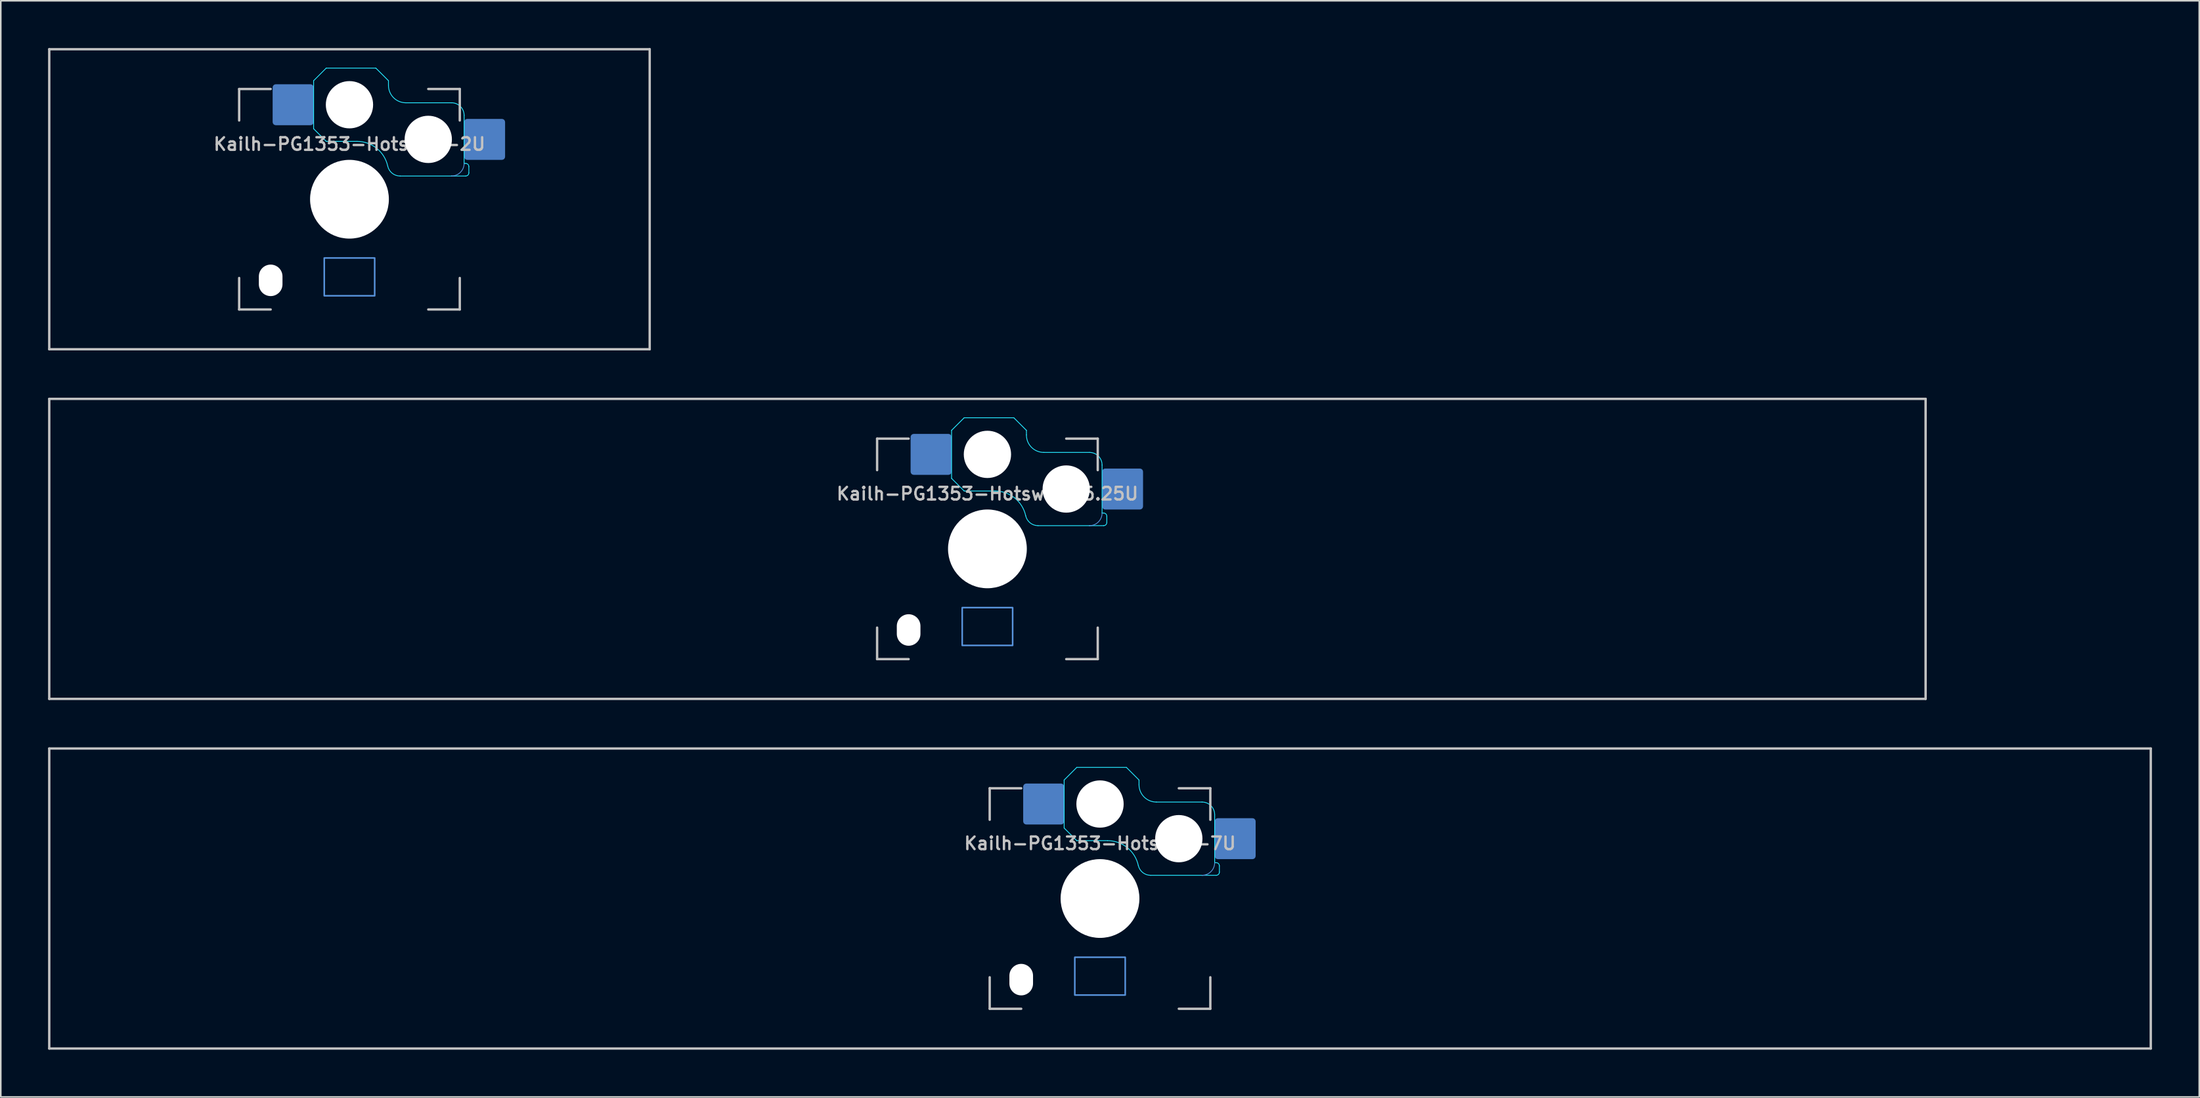
<source format=kicad_pcb>
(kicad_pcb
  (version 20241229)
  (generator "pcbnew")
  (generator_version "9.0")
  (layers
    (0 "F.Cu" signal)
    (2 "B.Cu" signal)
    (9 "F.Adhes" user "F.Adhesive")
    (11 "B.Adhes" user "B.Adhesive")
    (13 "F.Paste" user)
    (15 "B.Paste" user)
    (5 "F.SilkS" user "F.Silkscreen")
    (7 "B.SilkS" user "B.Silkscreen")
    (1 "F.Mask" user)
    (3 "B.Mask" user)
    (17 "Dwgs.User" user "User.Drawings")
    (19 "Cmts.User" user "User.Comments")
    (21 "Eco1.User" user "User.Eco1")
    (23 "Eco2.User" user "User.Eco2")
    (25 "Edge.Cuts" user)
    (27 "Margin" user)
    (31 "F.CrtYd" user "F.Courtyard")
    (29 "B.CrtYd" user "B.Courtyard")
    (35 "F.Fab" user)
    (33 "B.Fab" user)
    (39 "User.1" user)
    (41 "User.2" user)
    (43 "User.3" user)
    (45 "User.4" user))
  (footprint "Kailh-PG1353-Hotswap-2U"
    (layer "F.Cu")
    (at 19.125 9.6)
    (property "Reference" "Kailh-PG1353-Hotswap-2U" (at 0 -3.5 0) (layer "Dwgs.User") (effects (font (size 0.8 0.8) (thickness 0.15))))
    (attr smd)
    (fp_line (start -19.05 9.525) (end -19.05 -9.525) (stroke (width 0.15) (type solid)) (layer "Dwgs.User"))
    (fp_line (start -7 -7) (end -7 -5) (stroke (width 0.15) (type solid)) (layer "Dwgs.User"))
    (fp_line (start -7 5) (end -7 7) (stroke (width 0.15) (type solid)) (layer "Dwgs.User"))
    (fp_line (start -7 7) (end -5 7) (stroke (width 0.15) (type solid)) (layer "Dwgs.User"))
    (fp_line (start -5 -7) (end -7 -7) (stroke (width 0.15) (type solid)) (layer "Dwgs.User"))
    (fp_line (start 5 -7) (end 7 -7) (stroke (width 0.15) (type solid)) (layer "Dwgs.User"))
    (fp_line (start 5 7) (end 7 7) (stroke (width 0.15) (type solid)) (layer "Dwgs.User"))
    (fp_line (start 7 -7) (end 7 -5) (stroke (width 0.15) (type solid)) (layer "Dwgs.User"))
    (fp_line (start 7 7) (end 7 5) (stroke (width 0.15) (type solid)) (layer "Dwgs.User"))
    (fp_line (start 19.05 -9.525) (end -19.05 -9.525) (stroke (width 0.15) (type solid)) (layer "Dwgs.User"))
    (fp_line (start 19.05 9.525) (end -19.05 9.525) (stroke (width 0.15) (type solid)) (layer "Dwgs.User"))
    (fp_line (start 19.05 9.525) (end 19.05 -9.525) (stroke (width 0.15) (type solid)) (layer "Dwgs.User"))
    (fp_rect (start -1.6 3.73) (end 1.6 6.13) (stroke (width 0.1) (type default)) (fill no) (layer "Cmts.User"))
    (fp_arc (start 7.275 -2.274988) (mid 7.040687 -1.709304) (end 6.475 -1.475) (stroke (width 0.05) (type default)) (layer "Cmts.User"))
    (fp_line (start -2.275 -7.525) (end -2.275 -4.475) (stroke (width 0.05) (type default)) (layer "B.CrtYd"))
    (fp_line (start -2.275 -4.475) (end -1.475 -3.675) (stroke (width 0.05) (type default)) (layer "B.CrtYd"))
    (fp_line (start -1.475 -8.325) (end -2.275 -7.525) (stroke (width 0.05) (type default)) (layer "B.CrtYd"))
    (fp_line (start -1.475 -3.675) (end 0.475 -3.675) (stroke (width 0.05) (type default)) (layer "B.CrtYd"))
    (fp_line (start 1.675 -8.325) (end -1.475 -8.325) (stroke (width 0.05) (type default)) (layer "B.CrtYd"))
    (fp_line (start 2.475 -7.525) (end 1.675 -8.325) (stroke (width 0.05) (type default)) (layer "B.CrtYd"))
    (fp_line (start 2.475 -7.236) (end 2.475 -7.525) (stroke (width 0.05) (type default)) (layer "B.CrtYd"))
    (fp_line (start 3.21 -1.475) (end 6.475 -1.475) (stroke (width 0.05) (type default)) (layer "B.CrtYd"))
    (fp_line (start 6.475 -6.125) (end 3.575 -6.125) (stroke (width 0.05) (type default)) (layer "B.CrtYd"))
    (fp_line (start 7.275 -2.275) (end 7.375 -2.275) (stroke (width 0.05) (type default)) (layer "B.CrtYd"))
    (fp_line (start 7.275 -2.275) (end 7.275 -5.325) (stroke (width 0.05) (type default)) (layer "B.CrtYd"))
    (fp_line (start 7.375 -1.475) (end 6.475 -1.475) (stroke (width 0.05) (type default)) (layer "B.CrtYd"))
    (fp_line (start 7.575 -2.075) (end 7.575 -1.675) (stroke (width 0.05) (type default)) (layer "B.CrtYd"))
    (fp_arc (start 0.474999 -3.675) (mid 1.728566 -3.233387) (end 2.428542 -2.103571) (stroke (width 0.05) (type default)) (layer "B.CrtYd"))
    (fp_arc (start 3.209929 -1.475) (mid 2.708508 -1.651644) (end 2.428542 -2.103571) (stroke (width 0.05) (type default)) (layer "B.CrtYd"))
    (fp_arc (start 3.575029 -6.125) (mid 2.793161 -6.451276) (end 2.475 -7.236481) (stroke (width 0.05) (type default)) (layer "B.CrtYd"))
    (fp_arc (start 6.475029 -6.125) (mid 7.040683 -5.89068) (end 7.275 -5.325) (stroke (width 0.05) (type default)) (layer "B.CrtYd"))
    (fp_arc (start 7.375029 -2.275) (mid 7.516419 -2.216416) (end 7.575 -2.075) (stroke (width 0.05) (type default)) (layer "B.CrtYd"))
    (fp_arc (start 7.575 -1.674988) (mid 7.51642 -1.533577) (end 7.375 -1.475) (stroke (width 0.05) (type default)) (layer "B.CrtYd"))
    (pad "" np_thru_hole oval (at -5 5.15 180) (size 1.5 2) (drill oval 1.5 2) (layers "*.Cu" "*.Mask"))
    (pad "" np_thru_hole circle (at 0 -6 180) (size 3 3) (drill 3) (layers "*.Cu" "*.Mask"))
    (pad "" np_thru_hole circle (at 0 0 180) (size 5 5) (drill 5.1) (layers "*.Cu" "*.Mask"))
    (pad "" np_thru_hole circle (at 5 -3.8 180) (size 3 3) (drill 3) (layers "*.Cu" "*.Mask"))
    (pad "1" smd roundrect (at 8.575 -3.8 180) (size 2.6 2.6) (layers "B.Cu" "B.Mask" "B.Paste") (roundrect_rratio 0.077))
    (pad "2" smd roundrect (at -3.575 -6 180) (size 2.6 2.6) (layers "B.Cu" "B.Mask" "B.Paste") (roundrect_rratio 0.077)))
  (footprint "Kailh-PG1353-Hotswap-6.25U"
    (layer "F.Cu")
    (at 59.606 31.8)
    (property "Reference" "Kailh-PG1353-Hotswap-6.25U" (at 0 -3.5 0) (layer "Dwgs.User") (effects (font (size 0.8 0.8) (thickness 0.15))))
    (attr smd)
    (fp_line (start -59.531 9.525) (end -59.531 -9.525) (stroke (width 0.15) (type solid)) (layer "Dwgs.User"))
    (fp_line (start -7 -7) (end -7 -5) (stroke (width 0.15) (type solid)) (layer "Dwgs.User"))
    (fp_line (start -7 5) (end -7 7) (stroke (width 0.15) (type solid)) (layer "Dwgs.User"))
    (fp_line (start -7 7) (end -5 7) (stroke (width 0.15) (type solid)) (layer "Dwgs.User"))
    (fp_line (start -5 -7) (end -7 -7) (stroke (width 0.15) (type solid)) (layer "Dwgs.User"))
    (fp_line (start 5 -7) (end 7 -7) (stroke (width 0.15) (type solid)) (layer "Dwgs.User"))
    (fp_line (start 5 7) (end 7 7) (stroke (width 0.15) (type solid)) (layer "Dwgs.User"))
    (fp_line (start 7 -7) (end 7 -5) (stroke (width 0.15) (type solid)) (layer "Dwgs.User"))
    (fp_line (start 7 7) (end 7 5) (stroke (width 0.15) (type solid)) (layer "Dwgs.User"))
    (fp_line (start 59.531 -9.525) (end -59.531 -9.525) (stroke (width 0.15) (type solid)) (layer "Dwgs.User"))
    (fp_line (start 59.531 9.525) (end -59.531 9.525) (stroke (width 0.15) (type solid)) (layer "Dwgs.User"))
    (fp_line (start 59.531 9.525) (end 59.531 -9.525) (stroke (width 0.15) (type solid)) (layer "Dwgs.User"))
    (fp_rect (start -1.6 3.73) (end 1.6 6.13) (stroke (width 0.1) (type default)) (fill no) (layer "Cmts.User"))
    (fp_arc (start 7.275 -2.274988) (mid 7.040687 -1.709304) (end 6.475 -1.475) (stroke (width 0.05) (type default)) (layer "Cmts.User"))
    (fp_line (start -2.275 -7.525) (end -2.275 -4.475) (stroke (width 0.05) (type default)) (layer "B.CrtYd"))
    (fp_line (start -2.275 -4.475) (end -1.475 -3.675) (stroke (width 0.05) (type default)) (layer "B.CrtYd"))
    (fp_line (start -1.475 -8.325) (end -2.275 -7.525) (stroke (width 0.05) (type default)) (layer "B.CrtYd"))
    (fp_line (start -1.475 -3.675) (end 0.475 -3.675) (stroke (width 0.05) (type default)) (layer "B.CrtYd"))
    (fp_line (start 1.675 -8.325) (end -1.475 -8.325) (stroke (width 0.05) (type default)) (layer "B.CrtYd"))
    (fp_line (start 2.475 -7.525) (end 1.675 -8.325) (stroke (width 0.05) (type default)) (layer "B.CrtYd"))
    (fp_line (start 2.475 -7.236) (end 2.475 -7.525) (stroke (width 0.05) (type default)) (layer "B.CrtYd"))
    (fp_line (start 3.21 -1.475) (end 6.475 -1.475) (stroke (width 0.05) (type default)) (layer "B.CrtYd"))
    (fp_line (start 6.475 -6.125) (end 3.575 -6.125) (stroke (width 0.05) (type default)) (layer "B.CrtYd"))
    (fp_line (start 7.275 -2.275) (end 7.375 -2.275) (stroke (width 0.05) (type default)) (layer "B.CrtYd"))
    (fp_line (start 7.275 -2.275) (end 7.275 -5.325) (stroke (width 0.05) (type default)) (layer "B.CrtYd"))
    (fp_line (start 7.375 -1.475) (end 6.475 -1.475) (stroke (width 0.05) (type default)) (layer "B.CrtYd"))
    (fp_line (start 7.575 -2.075) (end 7.575 -1.675) (stroke (width 0.05) (type default)) (layer "B.CrtYd"))
    (fp_arc (start 0.474999 -3.675) (mid 1.728566 -3.233387) (end 2.428542 -2.103571) (stroke (width 0.05) (type default)) (layer "B.CrtYd"))
    (fp_arc (start 3.209929 -1.475) (mid 2.708508 -1.651644) (end 2.428542 -2.103571) (stroke (width 0.05) (type default)) (layer "B.CrtYd"))
    (fp_arc (start 3.575029 -6.125) (mid 2.793161 -6.451276) (end 2.475 -7.236481) (stroke (width 0.05) (type default)) (layer "B.CrtYd"))
    (fp_arc (start 6.475029 -6.125) (mid 7.040683 -5.89068) (end 7.275 -5.325) (stroke (width 0.05) (type default)) (layer "B.CrtYd"))
    (fp_arc (start 7.375029 -2.275) (mid 7.516419 -2.216416) (end 7.575 -2.075) (stroke (width 0.05) (type default)) (layer "B.CrtYd"))
    (fp_arc (start 7.575 -1.674988) (mid 7.51642 -1.533577) (end 7.375 -1.475) (stroke (width 0.05) (type default)) (layer "B.CrtYd"))
    (pad "" np_thru_hole oval (at -5 5.15 180) (size 1.5 2) (drill oval 1.5 2) (layers "*.Cu" "*.Mask"))
    (pad "" np_thru_hole circle (at 0 -6 180) (size 3 3) (drill 3) (layers "*.Cu" "*.Mask"))
    (pad "" np_thru_hole circle (at 0 0 180) (size 5 5) (drill 5.1) (layers "*.Cu" "*.Mask"))
    (pad "" np_thru_hole circle (at 5 -3.8 180) (size 3 3) (drill 3) (layers "*.Cu" "*.Mask"))
    (pad "1" smd roundrect (at 8.575 -3.8 180) (size 2.6 2.6) (layers "B.Cu" "B.Mask" "B.Paste") (roundrect_rratio 0.077))
    (pad "2" smd roundrect (at -3.575 -6 180) (size 2.6 2.6) (layers "B.Cu" "B.Mask" "B.Paste") (roundrect_rratio 0.077)))
  (footprint "Kailh-PG1353-Hotswap-7U"
    (layer "F.Cu")
    (at 66.75 54)
    (property "Reference" "Kailh-PG1353-Hotswap-7U" (at 0 -3.5 0) (layer "Dwgs.User") (effects (font (size 0.8 0.8) (thickness 0.15))))
    (attr smd)
    (fp_line (start -66.675 9.525) (end -66.675 -9.525) (stroke (width 0.15) (type solid)) (layer "Dwgs.User"))
    (fp_line (start -7 -7) (end -7 -5) (stroke (width 0.15) (type solid)) (layer "Dwgs.User"))
    (fp_line (start -7 5) (end -7 7) (stroke (width 0.15) (type solid)) (layer "Dwgs.User"))
    (fp_line (start -7 7) (end -5 7) (stroke (width 0.15) (type solid)) (layer "Dwgs.User"))
    (fp_line (start -5 -7) (end -7 -7) (stroke (width 0.15) (type solid)) (layer "Dwgs.User"))
    (fp_line (start 5 -7) (end 7 -7) (stroke (width 0.15) (type solid)) (layer "Dwgs.User"))
    (fp_line (start 5 7) (end 7 7) (stroke (width 0.15) (type solid)) (layer "Dwgs.User"))
    (fp_line (start 7 -7) (end 7 -5) (stroke (width 0.15) (type solid)) (layer "Dwgs.User"))
    (fp_line (start 7 7) (end 7 5) (stroke (width 0.15) (type solid)) (layer "Dwgs.User"))
    (fp_line (start 66.675 -9.525) (end -66.675 -9.525) (stroke (width 0.15) (type solid)) (layer "Dwgs.User"))
    (fp_line (start 66.675 9.525) (end -66.675 9.525) (stroke (width 0.15) (type solid)) (layer "Dwgs.User"))
    (fp_line (start 66.675 9.525) (end 66.675 -9.525) (stroke (width 0.15) (type solid)) (layer "Dwgs.User"))
    (fp_rect (start -1.6 3.73) (end 1.6 6.13) (stroke (width 0.1) (type default)) (fill no) (layer "Cmts.User"))
    (fp_arc (start 7.275 -2.274988) (mid 7.040687 -1.709304) (end 6.475 -1.475) (stroke (width 0.05) (type default)) (layer "Cmts.User"))
    (fp_line (start -2.275 -7.525) (end -2.275 -4.475) (stroke (width 0.05) (type default)) (layer "B.CrtYd"))
    (fp_line (start -2.275 -4.475) (end -1.475 -3.675) (stroke (width 0.05) (type default)) (layer "B.CrtYd"))
    (fp_line (start -1.475 -8.325) (end -2.275 -7.525) (stroke (width 0.05) (type default)) (layer "B.CrtYd"))
    (fp_line (start -1.475 -3.675) (end 0.475 -3.675) (stroke (width 0.05) (type default)) (layer "B.CrtYd"))
    (fp_line (start 1.675 -8.325) (end -1.475 -8.325) (stroke (width 0.05) (type default)) (layer "B.CrtYd"))
    (fp_line (start 2.475 -7.525) (end 1.675 -8.325) (stroke (width 0.05) (type default)) (layer "B.CrtYd"))
    (fp_line (start 2.475 -7.236) (end 2.475 -7.525) (stroke (width 0.05) (type default)) (layer "B.CrtYd"))
    (fp_line (start 3.21 -1.475) (end 6.475 -1.475) (stroke (width 0.05) (type default)) (layer "B.CrtYd"))
    (fp_line (start 6.475 -6.125) (end 3.575 -6.125) (stroke (width 0.05) (type default)) (layer "B.CrtYd"))
    (fp_line (start 7.275 -2.275) (end 7.375 -2.275) (stroke (width 0.05) (type default)) (layer "B.CrtYd"))
    (fp_line (start 7.275 -2.275) (end 7.275 -5.325) (stroke (width 0.05) (type default)) (layer "B.CrtYd"))
    (fp_line (start 7.375 -1.475) (end 6.475 -1.475) (stroke (width 0.05) (type default)) (layer "B.CrtYd"))
    (fp_line (start 7.575 -2.075) (end 7.575 -1.675) (stroke (width 0.05) (type default)) (layer "B.CrtYd"))
    (fp_arc (start 0.474999 -3.675) (mid 1.728566 -3.233387) (end 2.428542 -2.103571) (stroke (width 0.05) (type default)) (layer "B.CrtYd"))
    (fp_arc (start 3.209929 -1.475) (mid 2.708508 -1.651644) (end 2.428542 -2.103571) (stroke (width 0.05) (type default)) (layer "B.CrtYd"))
    (fp_arc (start 3.575029 -6.125) (mid 2.793161 -6.451276) (end 2.475 -7.236481) (stroke (width 0.05) (type default)) (layer "B.CrtYd"))
    (fp_arc (start 6.475029 -6.125) (mid 7.040683 -5.89068) (end 7.275 -5.325) (stroke (width 0.05) (type default)) (layer "B.CrtYd"))
    (fp_arc (start 7.375029 -2.275) (mid 7.516419 -2.216416) (end 7.575 -2.075) (stroke (width 0.05) (type default)) (layer "B.CrtYd"))
    (fp_arc (start 7.575 -1.674988) (mid 7.51642 -1.533577) (end 7.375 -1.475) (stroke (width 0.05) (type default)) (layer "B.CrtYd"))
    (pad "" np_thru_hole oval (at -5 5.15 180) (size 1.5 2) (drill oval 1.5 2) (layers "*.Cu" "*.Mask"))
    (pad "" np_thru_hole circle (at 0 -6 180) (size 3 3) (drill 3) (layers "*.Cu" "*.Mask"))
    (pad "" np_thru_hole circle (at 0 0 180) (size 5 5) (drill 5.1) (layers "*.Cu" "*.Mask"))
    (pad "" np_thru_hole circle (at 5 -3.8 180) (size 3 3) (drill 3) (layers "*.Cu" "*.Mask"))
    (pad "1" smd roundrect (at 8.575 -3.8 180) (size 2.6 2.6) (layers "B.Cu" "B.Mask" "B.Paste") (roundrect_rratio 0.077))
    (pad "2" smd roundrect (at -3.575 -6 180) (size 2.6 2.6) (layers "B.Cu" "B.Mask" "B.Paste") (roundrect_rratio 0.077)))
  (gr_rect
    (start -3 -3)
    (end 136.5 66.6)
    (stroke (width 0.1) (type default))
    (fill no)
    (layer "Edge.Cuts")))
</source>
